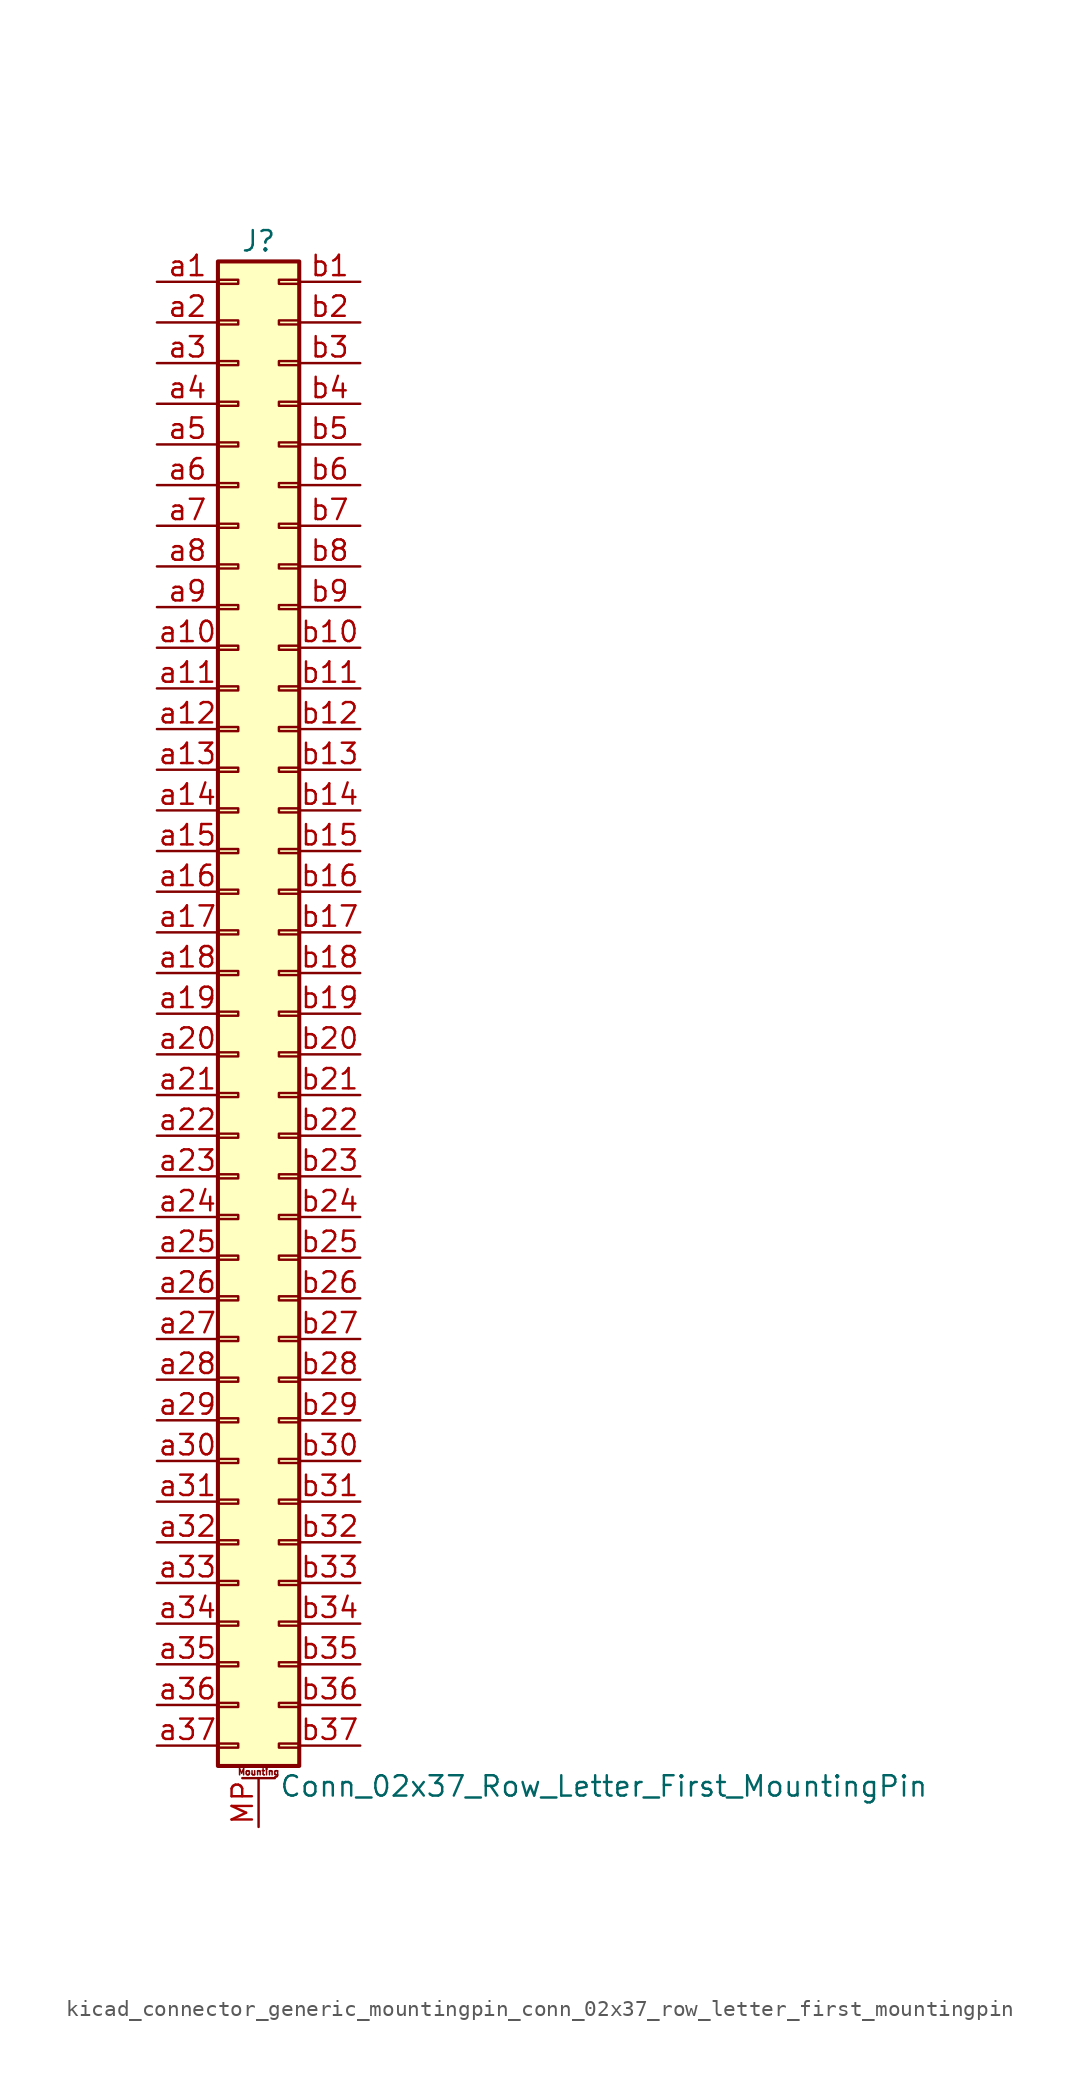
<source format=kicad_sym>
(kicad_symbol_lib
  (version 20220914)
  (generator kicad_symbol_editor)
  (symbol "kicad_connector_generic_mountingpin_conn_02x37_row_letter_first_mountingpin"
    (pin_names
      (offset 1.016) hide)
    (property "Reference" "J"
      (at 1.27 48.26 0)
      (effects (font (size 1.27 1.27))))
    (property "Value" "Conn_02x37_Row_Letter_First_MountingPin"
      (at 2.54 -48.26 0)
      (effects (font (size 1.27 1.27)) (justify left)))
    (symbol "kicad_connector_generic_mountingpin_conn_02x37_row_letter_first_mountingpin_1_1"
      (rectangle (start -1.27 -45.593) (end 0 -45.847) (stroke (width 0.152) (type default)) (fill (type none)))
      (rectangle (start -1.27 -43.053) (end 0 -43.307) (stroke (width 0.152) (type default)) (fill (type none)))
      (rectangle (start -1.27 -40.513) (end 0 -40.767) (stroke (width 0.152) (type default)) (fill (type none)))
      (rectangle (start -1.27 -37.973) (end 0 -38.227) (stroke (width 0.152) (type default)) (fill (type none)))
      (rectangle (start -1.27 -35.433) (end 0 -35.687) (stroke (width 0.152) (type default)) (fill (type none)))
      (rectangle (start -1.27 -32.893) (end 0 -33.147) (stroke (width 0.152) (type default)) (fill (type none)))
      (rectangle (start -1.27 -30.353) (end 0 -30.607) (stroke (width 0.152) (type default)) (fill (type none)))
      (rectangle (start -1.27 -27.813) (end 0 -28.067) (stroke (width 0.152) (type default)) (fill (type none)))
      (rectangle (start -1.27 -25.273) (end 0 -25.527) (stroke (width 0.152) (type default)) (fill (type none)))
      (rectangle (start -1.27 -22.733) (end 0 -22.987) (stroke (width 0.152) (type default)) (fill (type none)))
      (rectangle (start -1.27 -20.193) (end 0 -20.447) (stroke (width 0.152) (type default)) (fill (type none)))
      (rectangle (start -1.27 -17.653) (end 0 -17.907) (stroke (width 0.152) (type default)) (fill (type none)))
      (rectangle (start -1.27 -15.113) (end 0 -15.367) (stroke (width 0.152) (type default)) (fill (type none)))
      (rectangle (start -1.27 -12.573) (end 0 -12.827) (stroke (width 0.152) (type default)) (fill (type none)))
      (rectangle (start -1.27 -10.033) (end 0 -10.287) (stroke (width 0.152) (type default)) (fill (type none)))
      (rectangle (start -1.27 -7.493) (end 0 -7.747) (stroke (width 0.152) (type default)) (fill (type none)))
      (rectangle (start -1.27 -4.953) (end 0 -5.207) (stroke (width 0.152) (type default)) (fill (type none)))
      (rectangle (start -1.27 -2.413) (end 0 -2.667) (stroke (width 0.152) (type default)) (fill (type none)))
      (rectangle (start -1.27 0.127) (end 0 -0.127) (stroke (width 0.152) (type default)) (fill (type none)))
      (rectangle (start -1.27 2.667) (end 0 2.413) (stroke (width 0.152) (type default)) (fill (type none)))
      (rectangle (start -1.27 5.207) (end 0 4.953) (stroke (width 0.152) (type default)) (fill (type none)))
      (rectangle (start -1.27 7.747) (end 0 7.493) (stroke (width 0.152) (type default)) (fill (type none)))
      (rectangle (start -1.27 10.287) (end 0 10.033) (stroke (width 0.152) (type default)) (fill (type none)))
      (rectangle (start -1.27 12.827) (end 0 12.573) (stroke (width 0.152) (type default)) (fill (type none)))
      (rectangle (start -1.27 15.367) (end 0 15.113) (stroke (width 0.152) (type default)) (fill (type none)))
      (rectangle (start -1.27 17.907) (end 0 17.653) (stroke (width 0.152) (type default)) (fill (type none)))
      (rectangle (start -1.27 20.447) (end 0 20.193) (stroke (width 0.152) (type default)) (fill (type none)))
      (rectangle (start -1.27 22.987) (end 0 22.733) (stroke (width 0.152) (type default)) (fill (type none)))
      (rectangle (start -1.27 25.527) (end 0 25.273) (stroke (width 0.152) (type default)) (fill (type none)))
      (rectangle (start -1.27 28.067) (end 0 27.813) (stroke (width 0.152) (type default)) (fill (type none)))
      (rectangle (start -1.27 30.607) (end 0 30.353) (stroke (width 0.152) (type default)) (fill (type none)))
      (rectangle (start -1.27 33.147) (end 0 32.893) (stroke (width 0.152) (type default)) (fill (type none)))
      (rectangle (start -1.27 35.687) (end 0 35.433) (stroke (width 0.152) (type default)) (fill (type none)))
      (rectangle (start -1.27 38.227) (end 0 37.973) (stroke (width 0.152) (type default)) (fill (type none)))
      (rectangle (start -1.27 40.767) (end 0 40.513) (stroke (width 0.152) (type default)) (fill (type none)))
      (rectangle (start -1.27 43.307) (end 0 43.053) (stroke (width 0.152) (type default)) (fill (type none)))
      (rectangle (start -1.27 45.847) (end 0 45.593) (stroke (width 0.152) (type default)) (fill (type none)))
      (rectangle (start -1.27 46.99) (end 3.81 -46.99) (stroke (width 0.254) (type default)) (fill (type background)))
      (polyline (pts (xy 0.254 -47.752) (xy 2.286 -47.752)) (stroke (width 0.152) (type default)) (fill (type none)))
      (rectangle (start 3.81 -45.593) (end 2.54 -45.847) (stroke (width 0.152) (type default)) (fill (type none)))
      (rectangle (start 3.81 -43.053) (end 2.54 -43.307) (stroke (width 0.152) (type default)) (fill (type none)))
      (rectangle (start 3.81 -40.513) (end 2.54 -40.767) (stroke (width 0.152) (type default)) (fill (type none)))
      (rectangle (start 3.81 -37.973) (end 2.54 -38.227) (stroke (width 0.152) (type default)) (fill (type none)))
      (rectangle (start 3.81 -35.433) (end 2.54 -35.687) (stroke (width 0.152) (type default)) (fill (type none)))
      (rectangle (start 3.81 -32.893) (end 2.54 -33.147) (stroke (width 0.152) (type default)) (fill (type none)))
      (rectangle (start 3.81 -30.353) (end 2.54 -30.607) (stroke (width 0.152) (type default)) (fill (type none)))
      (rectangle (start 3.81 -27.813) (end 2.54 -28.067) (stroke (width 0.152) (type default)) (fill (type none)))
      (rectangle (start 3.81 -25.273) (end 2.54 -25.527) (stroke (width 0.152) (type default)) (fill (type none)))
      (rectangle (start 3.81 -22.733) (end 2.54 -22.987) (stroke (width 0.152) (type default)) (fill (type none)))
      (rectangle (start 3.81 -20.193) (end 2.54 -20.447) (stroke (width 0.152) (type default)) (fill (type none)))
      (rectangle (start 3.81 -17.653) (end 2.54 -17.907) (stroke (width 0.152) (type default)) (fill (type none)))
      (rectangle (start 3.81 -15.113) (end 2.54 -15.367) (stroke (width 0.152) (type default)) (fill (type none)))
      (rectangle (start 3.81 -12.573) (end 2.54 -12.827) (stroke (width 0.152) (type default)) (fill (type none)))
      (rectangle (start 3.81 -10.033) (end 2.54 -10.287) (stroke (width 0.152) (type default)) (fill (type none)))
      (rectangle (start 3.81 -7.493) (end 2.54 -7.747) (stroke (width 0.152) (type default)) (fill (type none)))
      (rectangle (start 3.81 -4.953) (end 2.54 -5.207) (stroke (width 0.152) (type default)) (fill (type none)))
      (rectangle (start 3.81 -2.413) (end 2.54 -2.667) (stroke (width 0.152) (type default)) (fill (type none)))
      (rectangle (start 3.81 0.127) (end 2.54 -0.127) (stroke (width 0.152) (type default)) (fill (type none)))
      (rectangle (start 3.81 2.667) (end 2.54 2.413) (stroke (width 0.152) (type default)) (fill (type none)))
      (rectangle (start 3.81 5.207) (end 2.54 4.953) (stroke (width 0.152) (type default)) (fill (type none)))
      (rectangle (start 3.81 7.747) (end 2.54 7.493) (stroke (width 0.152) (type default)) (fill (type none)))
      (rectangle (start 3.81 10.287) (end 2.54 10.033) (stroke (width 0.152) (type default)) (fill (type none)))
      (rectangle (start 3.81 12.827) (end 2.54 12.573) (stroke (width 0.152) (type default)) (fill (type none)))
      (rectangle (start 3.81 15.367) (end 2.54 15.113) (stroke (width 0.152) (type default)) (fill (type none)))
      (rectangle (start 3.81 17.907) (end 2.54 17.653) (stroke (width 0.152) (type default)) (fill (type none)))
      (rectangle (start 3.81 20.447) (end 2.54 20.193) (stroke (width 0.152) (type default)) (fill (type none)))
      (rectangle (start 3.81 22.987) (end 2.54 22.733) (stroke (width 0.152) (type default)) (fill (type none)))
      (rectangle (start 3.81 25.527) (end 2.54 25.273) (stroke (width 0.152) (type default)) (fill (type none)))
      (rectangle (start 3.81 28.067) (end 2.54 27.813) (stroke (width 0.152) (type default)) (fill (type none)))
      (rectangle (start 3.81 30.607) (end 2.54 30.353) (stroke (width 0.152) (type default)) (fill (type none)))
      (rectangle (start 3.81 33.147) (end 2.54 32.893) (stroke (width 0.152) (type default)) (fill (type none)))
      (rectangle (start 3.81 35.687) (end 2.54 35.433) (stroke (width 0.152) (type default)) (fill (type none)))
      (rectangle (start 3.81 38.227) (end 2.54 37.973) (stroke (width 0.152) (type default)) (fill (type none)))
      (rectangle (start 3.81 40.767) (end 2.54 40.513) (stroke (width 0.152) (type default)) (fill (type none)))
      (rectangle (start 3.81 43.307) (end 2.54 43.053) (stroke (width 0.152) (type default)) (fill (type none)))
      (rectangle (start 3.81 45.847) (end 2.54 45.593) (stroke (width 0.152) (type default)) (fill (type none)))
      (text "Mounting" (at 1.27 -47.371 0) (effects (font (size 0.381 0.381))))
      (pin passive line (at 1.27 -50.8 90) (length 3.048) (name "MountPin" (effects (font (size 1.27 1.27)))) (number "MP" (effects (font (size 1.27 1.27)))))
      (pin passive line (at -5.08 45.72 0) (length 3.81) (name "Pin_a1" (effects (font (size 1.27 1.27)))) (number "a1" (effects (font (size 1.27 1.27)))))
      (pin passive line (at -5.08 22.86 0) (length 3.81) (name "Pin_a10" (effects (font (size 1.27 1.27)))) (number "a10" (effects (font (size 1.27 1.27)))))
      (pin passive line (at -5.08 20.32 0) (length 3.81) (name "Pin_a11" (effects (font (size 1.27 1.27)))) (number "a11" (effects (font (size 1.27 1.27)))))
      (pin passive line (at -5.08 17.78 0) (length 3.81) (name "Pin_a12" (effects (font (size 1.27 1.27)))) (number "a12" (effects (font (size 1.27 1.27)))))
      (pin passive line (at -5.08 15.24 0) (length 3.81) (name "Pin_a13" (effects (font (size 1.27 1.27)))) (number "a13" (effects (font (size 1.27 1.27)))))
      (pin passive line (at -5.08 12.7 0) (length 3.81) (name "Pin_a14" (effects (font (size 1.27 1.27)))) (number "a14" (effects (font (size 1.27 1.27)))))
      (pin passive line (at -5.08 10.16 0) (length 3.81) (name "Pin_a15" (effects (font (size 1.27 1.27)))) (number "a15" (effects (font (size 1.27 1.27)))))
      (pin passive line (at -5.08 7.62 0) (length 3.81) (name "Pin_a16" (effects (font (size 1.27 1.27)))) (number "a16" (effects (font (size 1.27 1.27)))))
      (pin passive line (at -5.08 5.08 0) (length 3.81) (name "Pin_a17" (effects (font (size 1.27 1.27)))) (number "a17" (effects (font (size 1.27 1.27)))))
      (pin passive line (at -5.08 2.54 0) (length 3.81) (name "Pin_a18" (effects (font (size 1.27 1.27)))) (number "a18" (effects (font (size 1.27 1.27)))))
      (pin passive line (at -5.08 0 0) (length 3.81) (name "Pin_a19" (effects (font (size 1.27 1.27)))) (number "a19" (effects (font (size 1.27 1.27)))))
      (pin passive line (at -5.08 43.18 0) (length 3.81) (name "Pin_a2" (effects (font (size 1.27 1.27)))) (number "a2" (effects (font (size 1.27 1.27)))))
      (pin passive line (at -5.08 -2.54 0) (length 3.81) (name "Pin_a20" (effects (font (size 1.27 1.27)))) (number "a20" (effects (font (size 1.27 1.27)))))
      (pin passive line (at -5.08 -5.08 0) (length 3.81) (name "Pin_a21" (effects (font (size 1.27 1.27)))) (number "a21" (effects (font (size 1.27 1.27)))))
      (pin passive line (at -5.08 -7.62 0) (length 3.81) (name "Pin_a22" (effects (font (size 1.27 1.27)))) (number "a22" (effects (font (size 1.27 1.27)))))
      (pin passive line (at -5.08 -10.16 0) (length 3.81) (name "Pin_a23" (effects (font (size 1.27 1.27)))) (number "a23" (effects (font (size 1.27 1.27)))))
      (pin passive line (at -5.08 -12.7 0) (length 3.81) (name "Pin_a24" (effects (font (size 1.27 1.27)))) (number "a24" (effects (font (size 1.27 1.27)))))
      (pin passive line (at -5.08 -15.24 0) (length 3.81) (name "Pin_a25" (effects (font (size 1.27 1.27)))) (number "a25" (effects (font (size 1.27 1.27)))))
      (pin passive line (at -5.08 -17.78 0) (length 3.81) (name "Pin_a26" (effects (font (size 1.27 1.27)))) (number "a26" (effects (font (size 1.27 1.27)))))
      (pin passive line (at -5.08 -20.32 0) (length 3.81) (name "Pin_a27" (effects (font (size 1.27 1.27)))) (number "a27" (effects (font (size 1.27 1.27)))))
      (pin passive line (at -5.08 -22.86 0) (length 3.81) (name "Pin_a28" (effects (font (size 1.27 1.27)))) (number "a28" (effects (font (size 1.27 1.27)))))
      (pin passive line (at -5.08 -25.4 0) (length 3.81) (name "Pin_a29" (effects (font (size 1.27 1.27)))) (number "a29" (effects (font (size 1.27 1.27)))))
      (pin passive line (at -5.08 40.64 0) (length 3.81) (name "Pin_a3" (effects (font (size 1.27 1.27)))) (number "a3" (effects (font (size 1.27 1.27)))))
      (pin passive line (at -5.08 -27.94 0) (length 3.81) (name "Pin_a30" (effects (font (size 1.27 1.27)))) (number "a30" (effects (font (size 1.27 1.27)))))
      (pin passive line (at -5.08 -30.48 0) (length 3.81) (name "Pin_a31" (effects (font (size 1.27 1.27)))) (number "a31" (effects (font (size 1.27 1.27)))))
      (pin passive line (at -5.08 -33.02 0) (length 3.81) (name "Pin_a32" (effects (font (size 1.27 1.27)))) (number "a32" (effects (font (size 1.27 1.27)))))
      (pin passive line (at -5.08 -35.56 0) (length 3.81) (name "Pin_a33" (effects (font (size 1.27 1.27)))) (number "a33" (effects (font (size 1.27 1.27)))))
      (pin passive line (at -5.08 -38.1 0) (length 3.81) (name "Pin_a34" (effects (font (size 1.27 1.27)))) (number "a34" (effects (font (size 1.27 1.27)))))
      (pin passive line (at -5.08 -40.64 0) (length 3.81) (name "Pin_a35" (effects (font (size 1.27 1.27)))) (number "a35" (effects (font (size 1.27 1.27)))))
      (pin passive line (at -5.08 -43.18 0) (length 3.81) (name "Pin_a36" (effects (font (size 1.27 1.27)))) (number "a36" (effects (font (size 1.27 1.27)))))
      (pin passive line (at -5.08 -45.72 0) (length 3.81) (name "Pin_a37" (effects (font (size 1.27 1.27)))) (number "a37" (effects (font (size 1.27 1.27)))))
      (pin passive line (at -5.08 38.1 0) (length 3.81) (name "Pin_a4" (effects (font (size 1.27 1.27)))) (number "a4" (effects (font (size 1.27 1.27)))))
      (pin passive line (at -5.08 35.56 0) (length 3.81) (name "Pin_a5" (effects (font (size 1.27 1.27)))) (number "a5" (effects (font (size 1.27 1.27)))))
      (pin passive line (at -5.08 33.02 0) (length 3.81) (name "Pin_a6" (effects (font (size 1.27 1.27)))) (number "a6" (effects (font (size 1.27 1.27)))))
      (pin passive line (at -5.08 30.48 0) (length 3.81) (name "Pin_a7" (effects (font (size 1.27 1.27)))) (number "a7" (effects (font (size 1.27 1.27)))))
      (pin passive line (at -5.08 27.94 0) (length 3.81) (name "Pin_a8" (effects (font (size 1.27 1.27)))) (number "a8" (effects (font (size 1.27 1.27)))))
      (pin passive line (at -5.08 25.4 0) (length 3.81) (name "Pin_a9" (effects (font (size 1.27 1.27)))) (number "a9" (effects (font (size 1.27 1.27)))))
      (pin passive line (at 7.62 45.72 180) (length 3.81) (name "Pin_b1" (effects (font (size 1.27 1.27)))) (number "b1" (effects (font (size 1.27 1.27)))))
      (pin passive line (at 7.62 22.86 180) (length 3.81) (name "Pin_b10" (effects (font (size 1.27 1.27)))) (number "b10" (effects (font (size 1.27 1.27)))))
      (pin passive line (at 7.62 20.32 180) (length 3.81) (name "Pin_b11" (effects (font (size 1.27 1.27)))) (number "b11" (effects (font (size 1.27 1.27)))))
      (pin passive line (at 7.62 17.78 180) (length 3.81) (name "Pin_b12" (effects (font (size 1.27 1.27)))) (number "b12" (effects (font (size 1.27 1.27)))))
      (pin passive line (at 7.62 15.24 180) (length 3.81) (name "Pin_b13" (effects (font (size 1.27 1.27)))) (number "b13" (effects (font (size 1.27 1.27)))))
      (pin passive line (at 7.62 12.7 180) (length 3.81) (name "Pin_b14" (effects (font (size 1.27 1.27)))) (number "b14" (effects (font (size 1.27 1.27)))))
      (pin passive line (at 7.62 10.16 180) (length 3.81) (name "Pin_b15" (effects (font (size 1.27 1.27)))) (number "b15" (effects (font (size 1.27 1.27)))))
      (pin passive line (at 7.62 7.62 180) (length 3.81) (name "Pin_b16" (effects (font (size 1.27 1.27)))) (number "b16" (effects (font (size 1.27 1.27)))))
      (pin passive line (at 7.62 5.08 180) (length 3.81) (name "Pin_b17" (effects (font (size 1.27 1.27)))) (number "b17" (effects (font (size 1.27 1.27)))))
      (pin passive line (at 7.62 2.54 180) (length 3.81) (name "Pin_b18" (effects (font (size 1.27 1.27)))) (number "b18" (effects (font (size 1.27 1.27)))))
      (pin passive line (at 7.62 0 180) (length 3.81) (name "Pin_b19" (effects (font (size 1.27 1.27)))) (number "b19" (effects (font (size 1.27 1.27)))))
      (pin passive line (at 7.62 43.18 180) (length 3.81) (name "Pin_b2" (effects (font (size 1.27 1.27)))) (number "b2" (effects (font (size 1.27 1.27)))))
      (pin passive line (at 7.62 -2.54 180) (length 3.81) (name "Pin_b20" (effects (font (size 1.27 1.27)))) (number "b20" (effects (font (size 1.27 1.27)))))
      (pin passive line (at 7.62 -5.08 180) (length 3.81) (name "Pin_b21" (effects (font (size 1.27 1.27)))) (number "b21" (effects (font (size 1.27 1.27)))))
      (pin passive line (at 7.62 -7.62 180) (length 3.81) (name "Pin_b22" (effects (font (size 1.27 1.27)))) (number "b22" (effects (font (size 1.27 1.27)))))
      (pin passive line (at 7.62 -10.16 180) (length 3.81) (name "Pin_b23" (effects (font (size 1.27 1.27)))) (number "b23" (effects (font (size 1.27 1.27)))))
      (pin passive line (at 7.62 -12.7 180) (length 3.81) (name "Pin_b24" (effects (font (size 1.27 1.27)))) (number "b24" (effects (font (size 1.27 1.27)))))
      (pin passive line (at 7.62 -15.24 180) (length 3.81) (name "Pin_b25" (effects (font (size 1.27 1.27)))) (number "b25" (effects (font (size 1.27 1.27)))))
      (pin passive line (at 7.62 -17.78 180) (length 3.81) (name "Pin_b26" (effects (font (size 1.27 1.27)))) (number "b26" (effects (font (size 1.27 1.27)))))
      (pin passive line (at 7.62 -20.32 180) (length 3.81) (name "Pin_b27" (effects (font (size 1.27 1.27)))) (number "b27" (effects (font (size 1.27 1.27)))))
      (pin passive line (at 7.62 -22.86 180) (length 3.81) (name "Pin_b28" (effects (font (size 1.27 1.27)))) (number "b28" (effects (font (size 1.27 1.27)))))
      (pin passive line (at 7.62 -25.4 180) (length 3.81) (name "Pin_b29" (effects (font (size 1.27 1.27)))) (number "b29" (effects (font (size 1.27 1.27)))))
      (pin passive line (at 7.62 40.64 180) (length 3.81) (name "Pin_b3" (effects (font (size 1.27 1.27)))) (number "b3" (effects (font (size 1.27 1.27)))))
      (pin passive line (at 7.62 -27.94 180) (length 3.81) (name "Pin_b30" (effects (font (size 1.27 1.27)))) (number "b30" (effects (font (size 1.27 1.27)))))
      (pin passive line (at 7.62 -30.48 180) (length 3.81) (name "Pin_b31" (effects (font (size 1.27 1.27)))) (number "b31" (effects (font (size 1.27 1.27)))))
      (pin passive line (at 7.62 -33.02 180) (length 3.81) (name "Pin_b32" (effects (font (size 1.27 1.27)))) (number "b32" (effects (font (size 1.27 1.27)))))
      (pin passive line (at 7.62 -35.56 180) (length 3.81) (name "Pin_b33" (effects (font (size 1.27 1.27)))) (number "b33" (effects (font (size 1.27 1.27)))))
      (pin passive line (at 7.62 -38.1 180) (length 3.81) (name "Pin_b34" (effects (font (size 1.27 1.27)))) (number "b34" (effects (font (size 1.27 1.27)))))
      (pin passive line (at 7.62 -40.64 180) (length 3.81) (name "Pin_b35" (effects (font (size 1.27 1.27)))) (number "b35" (effects (font (size 1.27 1.27)))))
      (pin passive line (at 7.62 -43.18 180) (length 3.81) (name "Pin_b36" (effects (font (size 1.27 1.27)))) (number "b36" (effects (font (size 1.27 1.27)))))
      (pin passive line (at 7.62 -45.72 180) (length 3.81) (name "Pin_b37" (effects (font (size 1.27 1.27)))) (number "b37" (effects (font (size 1.27 1.27)))))
      (pin passive line (at 7.62 38.1 180) (length 3.81) (name "Pin_b4" (effects (font (size 1.27 1.27)))) (number "b4" (effects (font (size 1.27 1.27)))))
      (pin passive line (at 7.62 35.56 180) (length 3.81) (name "Pin_b5" (effects (font (size 1.27 1.27)))) (number "b5" (effects (font (size 1.27 1.27)))))
      (pin passive line (at 7.62 33.02 180) (length 3.81) (name "Pin_b6" (effects (font (size 1.27 1.27)))) (number "b6" (effects (font (size 1.27 1.27)))))
      (pin passive line (at 7.62 30.48 180) (length 3.81) (name "Pin_b7" (effects (font (size 1.27 1.27)))) (number "b7" (effects (font (size 1.27 1.27)))))
      (pin passive line (at 7.62 27.94 180) (length 3.81) (name "Pin_b8" (effects (font (size 1.27 1.27)))) (number "b8" (effects (font (size 1.27 1.27)))))
      (pin passive line (at 7.62 25.4 180) (length 3.81) (name "Pin_b9" (effects (font (size 1.27 1.27)))) (number "b9" (effects (font (size 1.27 1.27))))))))
</source>
